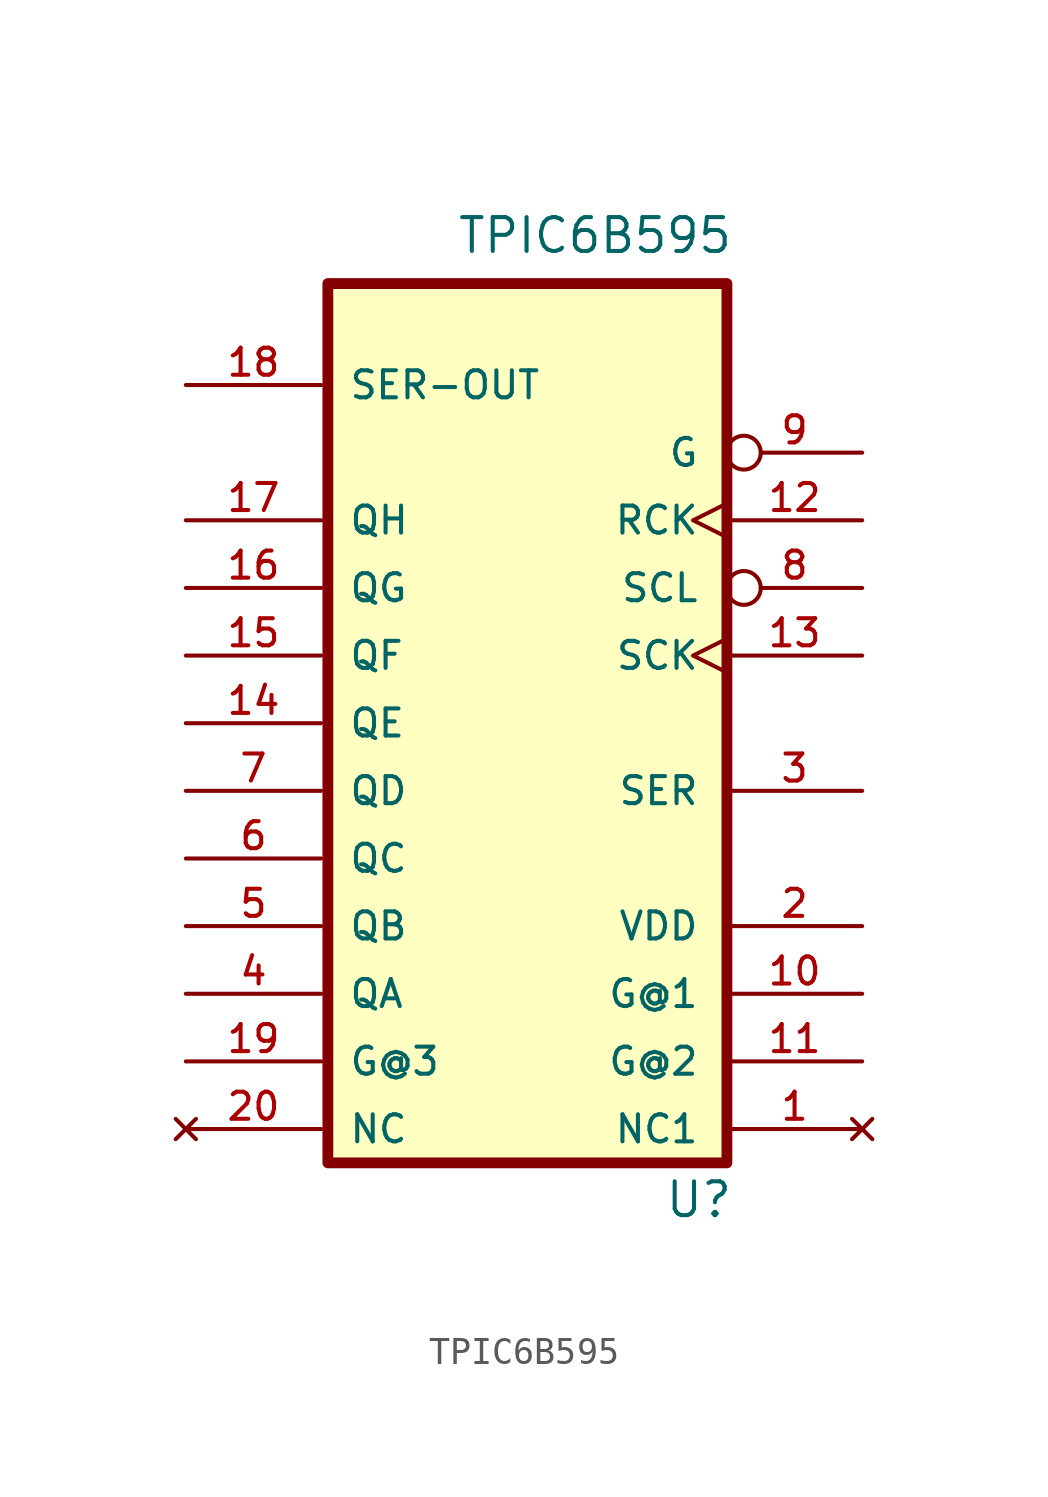
<source format=kicad_sym>
(kicad_symbol_lib
  (version 20211014)
  (generator kicad_symbol_editor)
  (symbol "TPIC6B595"
    (pin_names
      (offset 1.016))
    (property "Reference" "U"
      (at 7.876 -17.15 0.0)
      (effects (font (size 1.27 1.27)) (justify top right)))
    (property "Value" "TPIC6B595"
      (at 7.877 19.058 0.0)
      (effects (font (size 1.27 1.27)) (justify top right)))
    (symbol "TPIC6B595_0_0"
      (rectangle (start -7.366 -16.51) (end 7.62 16.51) (stroke (width 0.406)) (fill (type background)))
      (pin input inverted (at 12.7 10.16 180.0) (length 5.08) (name "G" (effects (font (size 1.016 1.016)))) (number "9" (effects (font (size 1.016 1.016)))))
      (pin power_in line (at 12.7 -10.16 180.0) (length 5.08) (name "G@1" (effects (font (size 1.016 1.016)))) (number "10" (effects (font (size 1.016 1.016)))))
      (pin power_in line (at 12.7 -12.7 180.0) (length 5.08) (name "G@2" (effects (font (size 1.016 1.016)))) (number "11" (effects (font (size 1.016 1.016)))))
      (pin tri_state line (at -12.7 -12.7 0) (length 5.08) (name "G@3" (effects (font (size 1.016 1.016)))) (number "19" (effects (font (size 1.016 1.016)))))
      (pin no_connect line (at -12.7 -15.24 0) (length 5.08) (name "NC" (effects (font (size 1.016 1.016)))) (number "20" (effects (font (size 1.016 1.016)))))
      (pin no_connect line (at 12.7 -15.24 180.0) (length 5.08) (name "NC1" (effects (font (size 1.016 1.016)))) (number "1" (effects (font (size 1.016 1.016)))))
      (pin tri_state line (at -12.7 -10.16 0) (length 5.08) (name "QA" (effects (font (size 1.016 1.016)))) (number "4" (effects (font (size 1.016 1.016)))))
      (pin tri_state line (at -12.7 -7.62 0) (length 5.08) (name "QB" (effects (font (size 1.016 1.016)))) (number "5" (effects (font (size 1.016 1.016)))))
      (pin tri_state line (at -12.7 -5.08 0) (length 5.08) (name "QC" (effects (font (size 1.016 1.016)))) (number "6" (effects (font (size 1.016 1.016)))))
      (pin tri_state line (at -12.7 -2.54 0) (length 5.08) (name "QD" (effects (font (size 1.016 1.016)))) (number "7" (effects (font (size 1.016 1.016)))))
      (pin tri_state line (at -12.7 0.0 0) (length 5.08) (name "QE" (effects (font (size 1.016 1.016)))) (number "14" (effects (font (size 1.016 1.016)))))
      (pin tri_state line (at -12.7 2.54 0) (length 5.08) (name "QF" (effects (font (size 1.016 1.016)))) (number "15" (effects (font (size 1.016 1.016)))))
      (pin tri_state line (at -12.7 5.08 0) (length 5.08) (name "QG" (effects (font (size 1.016 1.016)))) (number "16" (effects (font (size 1.016 1.016)))))
      (pin tri_state line (at -12.7 7.62 0) (length 5.08) (name "QH" (effects (font (size 1.016 1.016)))) (number "17" (effects (font (size 1.016 1.016)))))
      (pin input clock (at 12.7 7.62 180.0) (length 5.08) (name "RCK" (effects (font (size 1.016 1.016)))) (number "12" (effects (font (size 1.016 1.016)))))
      (pin input clock (at 12.7 2.54 180.0) (length 5.08) (name "SCK" (effects (font (size 1.016 1.016)))) (number "13" (effects (font (size 1.016 1.016)))))
      (pin input inverted (at 12.7 5.08 180.0) (length 5.08) (name "SCL" (effects (font (size 1.016 1.016)))) (number "8" (effects (font (size 1.016 1.016)))))
      (pin input line (at 12.7 -2.54 180.0) (length 5.08) (name "SER" (effects (font (size 1.016 1.016)))) (number "3" (effects (font (size 1.016 1.016)))))
      (pin tri_state line (at -12.7 12.7 0) (length 5.08) (name "SER-OUT" (effects (font (size 1.016 1.016)))) (number "18" (effects (font (size 1.016 1.016)))))
      (pin power_in line (at 12.7 -7.62 180.0) (length 5.08) (name "VDD" (effects (font (size 1.016 1.016)))) (number "2" (effects (font (size 1.016 1.016))))))))
</source>
